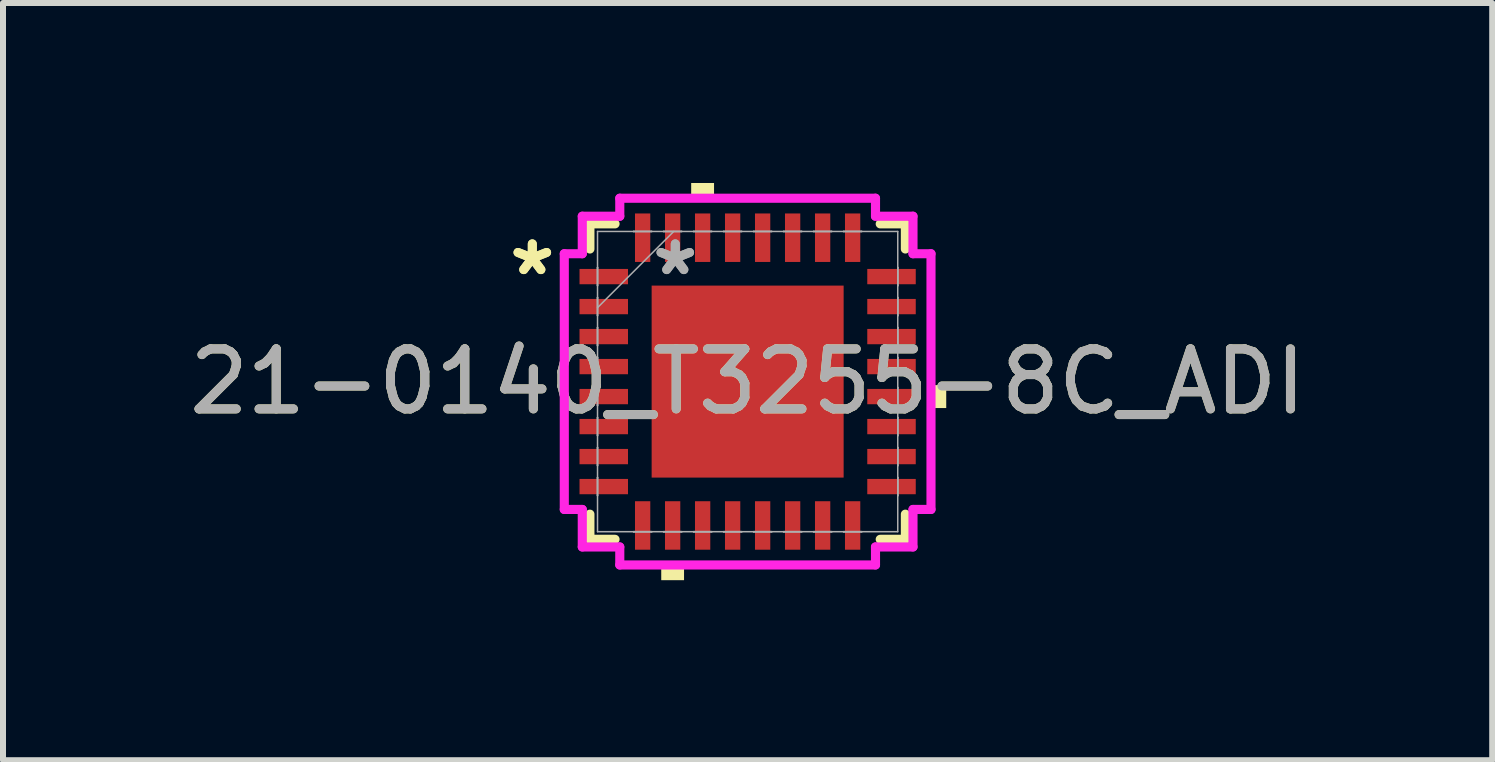
<source format=kicad_pcb>
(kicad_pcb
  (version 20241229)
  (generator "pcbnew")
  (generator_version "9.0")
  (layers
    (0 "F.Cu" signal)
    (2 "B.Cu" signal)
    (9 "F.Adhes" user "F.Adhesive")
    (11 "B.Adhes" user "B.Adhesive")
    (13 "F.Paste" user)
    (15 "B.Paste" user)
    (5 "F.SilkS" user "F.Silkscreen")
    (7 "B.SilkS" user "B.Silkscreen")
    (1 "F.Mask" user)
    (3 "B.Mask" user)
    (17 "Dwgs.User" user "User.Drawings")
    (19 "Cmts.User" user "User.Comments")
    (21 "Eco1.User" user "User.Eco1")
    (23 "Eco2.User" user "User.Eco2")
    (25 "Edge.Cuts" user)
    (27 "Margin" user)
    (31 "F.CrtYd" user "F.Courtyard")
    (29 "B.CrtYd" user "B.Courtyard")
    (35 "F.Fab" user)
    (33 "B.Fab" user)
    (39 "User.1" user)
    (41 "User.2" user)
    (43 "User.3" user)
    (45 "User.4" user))
  (footprint "21-0140_T3255-8C_ADI"
    (layer "F.Cu")
    (at 9.411 3.31)
    (property "Reference" "21-0140_T3255-8C_ADI" (at 0 0 0) (unlocked yes) (layer "F.SilkS") (effects (font (size 1 1) (thickness 0.15))))
    (attr smd)
    (fp_line (start -2.629 -2.629) (end -2.629 -2.21) (stroke (width 0.152) (type solid)) (layer "F.SilkS"))
    (fp_line (start -2.629 2.21) (end -2.629 2.629) (stroke (width 0.152) (type solid)) (layer "F.SilkS"))
    (fp_line (start -2.629 2.629) (end -2.21 2.629) (stroke (width 0.152) (type solid)) (layer "F.SilkS"))
    (fp_line (start -2.21 -2.629) (end -2.629 -2.629) (stroke (width 0.152) (type solid)) (layer "F.SilkS"))
    (fp_line (start 2.21 2.629) (end 2.629 2.629) (stroke (width 0.152) (type solid)) (layer "F.SilkS"))
    (fp_line (start 2.629 -2.629) (end 2.21 -2.629) (stroke (width 0.152) (type solid)) (layer "F.SilkS"))
    (fp_line (start 2.629 -2.21) (end 2.629 -2.629) (stroke (width 0.152) (type solid)) (layer "F.SilkS"))
    (fp_line (start 2.629 2.629) (end 2.629 2.21) (stroke (width 0.152) (type solid)) (layer "F.SilkS"))
    (fp_poly (pts (xy -1.44 3.056) (xy -1.44 3.31) (xy -1.06 3.31) (xy -1.06 3.056)) (stroke (width 0) (type solid)) (fill yes) (layer "F.SilkS"))
    (fp_poly (pts (xy -0.941 -3.056) (xy -0.941 -3.31) (xy -0.56 -3.31) (xy -0.56 -3.056)) (stroke (width 0) (type solid)) (fill yes) (layer "F.SilkS"))
    (fp_poly (pts (xy 3.31 0.059) (xy 3.31 0.441) (xy 3.056 0.441) (xy 3.056 0.059)) (stroke (width 0) (type solid)) (fill yes) (layer "F.SilkS"))
    (fp_line (start -3.056 -2.131) (end -2.756 -2.131) (stroke (width 0.152) (type solid)) (layer "F.CrtYd"))
    (fp_line (start -3.056 2.131) (end -3.056 -2.131) (stroke (width 0.152) (type solid)) (layer "F.CrtYd"))
    (fp_line (start -2.756 -2.756) (end -2.131 -2.756) (stroke (width 0.152) (type solid)) (layer "F.CrtYd"))
    (fp_line (start -2.756 -2.131) (end -2.756 -2.756) (stroke (width 0.152) (type solid)) (layer "F.CrtYd"))
    (fp_line (start -2.756 2.131) (end -3.056 2.131) (stroke (width 0.152) (type solid)) (layer "F.CrtYd"))
    (fp_line (start -2.756 2.756) (end -2.756 2.131) (stroke (width 0.152) (type solid)) (layer "F.CrtYd"))
    (fp_line (start -2.131 -3.056) (end 2.131 -3.056) (stroke (width 0.152) (type solid)) (layer "F.CrtYd"))
    (fp_line (start -2.131 -2.756) (end -2.131 -3.056) (stroke (width 0.152) (type solid)) (layer "F.CrtYd"))
    (fp_line (start -2.131 2.756) (end -2.756 2.756) (stroke (width 0.152) (type solid)) (layer "F.CrtYd"))
    (fp_line (start -2.131 3.056) (end -2.131 2.756) (stroke (width 0.152) (type solid)) (layer "F.CrtYd"))
    (fp_line (start 2.131 -3.056) (end 2.131 -2.756) (stroke (width 0.152) (type solid)) (layer "F.CrtYd"))
    (fp_line (start 2.131 -2.756) (end 2.756 -2.756) (stroke (width 0.152) (type solid)) (layer "F.CrtYd"))
    (fp_line (start 2.131 2.756) (end 2.131 3.056) (stroke (width 0.152) (type solid)) (layer "F.CrtYd"))
    (fp_line (start 2.131 3.056) (end -2.131 3.056) (stroke (width 0.152) (type solid)) (layer "F.CrtYd"))
    (fp_line (start 2.756 -2.756) (end 2.756 -2.131) (stroke (width 0.152) (type solid)) (layer "F.CrtYd"))
    (fp_line (start 2.756 -2.131) (end 3.056 -2.131) (stroke (width 0.152) (type solid)) (layer "F.CrtYd"))
    (fp_line (start 2.756 2.131) (end 2.756 2.756) (stroke (width 0.152) (type solid)) (layer "F.CrtYd"))
    (fp_line (start 2.756 2.756) (end 2.131 2.756) (stroke (width 0.152) (type solid)) (layer "F.CrtYd"))
    (fp_line (start 3.056 -2.131) (end 3.056 2.131) (stroke (width 0.152) (type solid)) (layer "F.CrtYd"))
    (fp_line (start 3.056 2.131) (end 2.756 2.131) (stroke (width 0.152) (type solid)) (layer "F.CrtYd"))
    (fp_line (start -2.502 -2.502) (end -2.502 2.502) (stroke (width 0.025) (type solid)) (layer "F.Fab"))
    (fp_line (start -2.502 -1.902) (end -2.502 -1.902) (stroke (width 0.025) (type solid)) (layer "F.Fab"))
    (fp_line (start -2.502 -1.902) (end -2.502 -1.598) (stroke (width 0.025) (type solid)) (layer "F.Fab"))
    (fp_line (start -2.502 -1.598) (end -2.502 -1.902) (stroke (width 0.025) (type solid)) (layer "F.Fab"))
    (fp_line (start -2.502 -1.598) (end -2.502 -1.598) (stroke (width 0.025) (type solid)) (layer "F.Fab"))
    (fp_line (start -2.502 -1.402) (end -2.502 -1.402) (stroke (width 0.025) (type solid)) (layer "F.Fab"))
    (fp_line (start -2.502 -1.402) (end -2.502 -1.098) (stroke (width 0.025) (type solid)) (layer "F.Fab"))
    (fp_line (start -2.502 -1.232) (end -1.232 -2.502) (stroke (width 0.025) (type solid)) (layer "F.Fab"))
    (fp_line (start -2.502 -1.098) (end -2.502 -1.402) (stroke (width 0.025) (type solid)) (layer "F.Fab"))
    (fp_line (start -2.502 -1.098) (end -2.502 -1.098) (stroke (width 0.025) (type solid)) (layer "F.Fab"))
    (fp_line (start -2.502 -0.902) (end -2.502 -0.902) (stroke (width 0.025) (type solid)) (layer "F.Fab"))
    (fp_line (start -2.502 -0.902) (end -2.502 -0.598) (stroke (width 0.025) (type solid)) (layer "F.Fab"))
    (fp_line (start -2.502 -0.598) (end -2.502 -0.902) (stroke (width 0.025) (type solid)) (layer "F.Fab"))
    (fp_line (start -2.502 -0.598) (end -2.502 -0.598) (stroke (width 0.025) (type solid)) (layer "F.Fab"))
    (fp_line (start -2.502 -0.402) (end -2.502 -0.402) (stroke (width 0.025) (type solid)) (layer "F.Fab"))
    (fp_line (start -2.502 -0.402) (end -2.502 -0.098) (stroke (width 0.025) (type solid)) (layer "F.Fab"))
    (fp_line (start -2.502 -0.098) (end -2.502 -0.402) (stroke (width 0.025) (type solid)) (layer "F.Fab"))
    (fp_line (start -2.502 -0.098) (end -2.502 -0.098) (stroke (width 0.025) (type solid)) (layer "F.Fab"))
    (fp_line (start -2.502 0.098) (end -2.502 0.098) (stroke (width 0.025) (type solid)) (layer "F.Fab"))
    (fp_line (start -2.502 0.098) (end -2.502 0.402) (stroke (width 0.025) (type solid)) (layer "F.Fab"))
    (fp_line (start -2.502 0.402) (end -2.502 0.098) (stroke (width 0.025) (type solid)) (layer "F.Fab"))
    (fp_line (start -2.502 0.402) (end -2.502 0.402) (stroke (width 0.025) (type solid)) (layer "F.Fab"))
    (fp_line (start -2.502 0.598) (end -2.502 0.598) (stroke (width 0.025) (type solid)) (layer "F.Fab"))
    (fp_line (start -2.502 0.598) (end -2.502 0.902) (stroke (width 0.025) (type solid)) (layer "F.Fab"))
    (fp_line (start -2.502 0.902) (end -2.502 0.598) (stroke (width 0.025) (type solid)) (layer "F.Fab"))
    (fp_line (start -2.502 0.902) (end -2.502 0.902) (stroke (width 0.025) (type solid)) (layer "F.Fab"))
    (fp_line (start -2.502 1.098) (end -2.502 1.098) (stroke (width 0.025) (type solid)) (layer "F.Fab"))
    (fp_line (start -2.502 1.098) (end -2.502 1.402) (stroke (width 0.025) (type solid)) (layer "F.Fab"))
    (fp_line (start -2.502 1.402) (end -2.502 1.098) (stroke (width 0.025) (type solid)) (layer "F.Fab"))
    (fp_line (start -2.502 1.402) (end -2.502 1.402) (stroke (width 0.025) (type solid)) (layer "F.Fab"))
    (fp_line (start -2.502 1.598) (end -2.502 1.598) (stroke (width 0.025) (type solid)) (layer "F.Fab"))
    (fp_line (start -2.502 1.598) (end -2.502 1.902) (stroke (width 0.025) (type solid)) (layer "F.Fab"))
    (fp_line (start -2.502 1.902) (end -2.502 1.598) (stroke (width 0.025) (type solid)) (layer "F.Fab"))
    (fp_line (start -2.502 1.902) (end -2.502 1.902) (stroke (width 0.025) (type solid)) (layer "F.Fab"))
    (fp_line (start -2.502 2.502) (end 2.502 2.502) (stroke (width 0.025) (type solid)) (layer "F.Fab"))
    (fp_line (start -1.902 -2.502) (end -1.902 -2.502) (stroke (width 0.025) (type solid)) (layer "F.Fab"))
    (fp_line (start -1.902 -2.502) (end -1.598 -2.502) (stroke (width 0.025) (type solid)) (layer "F.Fab"))
    (fp_line (start -1.902 2.502) (end -1.902 2.502) (stroke (width 0.025) (type solid)) (layer "F.Fab"))
    (fp_line (start -1.902 2.502) (end -1.598 2.502) (stroke (width 0.025) (type solid)) (layer "F.Fab"))
    (fp_line (start -1.598 -2.502) (end -1.902 -2.502) (stroke (width 0.025) (type solid)) (layer "F.Fab"))
    (fp_line (start -1.598 -2.502) (end -1.598 -2.502) (stroke (width 0.025) (type solid)) (layer "F.Fab"))
    (fp_line (start -1.598 2.502) (end -1.902 2.502) (stroke (width 0.025) (type solid)) (layer "F.Fab"))
    (fp_line (start -1.598 2.502) (end -1.598 2.502) (stroke (width 0.025) (type solid)) (layer "F.Fab"))
    (fp_line (start -1.402 -2.502) (end -1.402 -2.502) (stroke (width 0.025) (type solid)) (layer "F.Fab"))
    (fp_line (start -1.402 -2.502) (end -1.098 -2.502) (stroke (width 0.025) (type solid)) (layer "F.Fab"))
    (fp_line (start -1.402 2.502) (end -1.402 2.502) (stroke (width 0.025) (type solid)) (layer "F.Fab"))
    (fp_line (start -1.402 2.502) (end -1.098 2.502) (stroke (width 0.025) (type solid)) (layer "F.Fab"))
    (fp_line (start -1.098 -2.502) (end -1.402 -2.502) (stroke (width 0.025) (type solid)) (layer "F.Fab"))
    (fp_line (start -1.098 -2.502) (end -1.098 -2.502) (stroke (width 0.025) (type solid)) (layer "F.Fab"))
    (fp_line (start -1.098 2.502) (end -1.402 2.502) (stroke (width 0.025) (type solid)) (layer "F.Fab"))
    (fp_line (start -1.098 2.502) (end -1.098 2.502) (stroke (width 0.025) (type solid)) (layer "F.Fab"))
    (fp_line (start -0.902 -2.502) (end -0.902 -2.502) (stroke (width 0.025) (type solid)) (layer "F.Fab"))
    (fp_line (start -0.902 -2.502) (end -0.598 -2.502) (stroke (width 0.025) (type solid)) (layer "F.Fab"))
    (fp_line (start -0.902 2.502) (end -0.902 2.502) (stroke (width 0.025) (type solid)) (layer "F.Fab"))
    (fp_line (start -0.902 2.502) (end -0.598 2.502) (stroke (width 0.025) (type solid)) (layer "F.Fab"))
    (fp_line (start -0.598 -2.502) (end -0.902 -2.502) (stroke (width 0.025) (type solid)) (layer "F.Fab"))
    (fp_line (start -0.598 -2.502) (end -0.598 -2.502) (stroke (width 0.025) (type solid)) (layer "F.Fab"))
    (fp_line (start -0.598 2.502) (end -0.902 2.502) (stroke (width 0.025) (type solid)) (layer "F.Fab"))
    (fp_line (start -0.598 2.502) (end -0.598 2.502) (stroke (width 0.025) (type solid)) (layer "F.Fab"))
    (fp_line (start -0.402 -2.502) (end -0.402 -2.502) (stroke (width 0.025) (type solid)) (layer "F.Fab"))
    (fp_line (start -0.402 -2.502) (end -0.098 -2.502) (stroke (width 0.025) (type solid)) (layer "F.Fab"))
    (fp_line (start -0.402 2.502) (end -0.402 2.502) (stroke (width 0.025) (type solid)) (layer "F.Fab"))
    (fp_line (start -0.402 2.502) (end -0.098 2.502) (stroke (width 0.025) (type solid)) (layer "F.Fab"))
    (fp_line (start -0.098 -2.502) (end -0.402 -2.502) (stroke (width 0.025) (type solid)) (layer "F.Fab"))
    (fp_line (start -0.098 -2.502) (end -0.098 -2.502) (stroke (width 0.025) (type solid)) (layer "F.Fab"))
    (fp_line (start -0.098 2.502) (end -0.402 2.502) (stroke (width 0.025) (type solid)) (layer "F.Fab"))
    (fp_line (start -0.098 2.502) (end -0.098 2.502) (stroke (width 0.025) (type solid)) (layer "F.Fab"))
    (fp_line (start 0.098 -2.502) (end 0.098 -2.502) (stroke (width 0.025) (type solid)) (layer "F.Fab"))
    (fp_line (start 0.098 -2.502) (end 0.402 -2.502) (stroke (width 0.025) (type solid)) (layer "F.Fab"))
    (fp_line (start 0.098 2.502) (end 0.098 2.502) (stroke (width 0.025) (type solid)) (layer "F.Fab"))
    (fp_line (start 0.098 2.502) (end 0.402 2.502) (stroke (width 0.025) (type solid)) (layer "F.Fab"))
    (fp_line (start 0.402 -2.502) (end 0.098 -2.502) (stroke (width 0.025) (type solid)) (layer "F.Fab"))
    (fp_line (start 0.402 -2.502) (end 0.402 -2.502) (stroke (width 0.025) (type solid)) (layer "F.Fab"))
    (fp_line (start 0.402 2.502) (end 0.098 2.502) (stroke (width 0.025) (type solid)) (layer "F.Fab"))
    (fp_line (start 0.402 2.502) (end 0.402 2.502) (stroke (width 0.025) (type solid)) (layer "F.Fab"))
    (fp_line (start 0.598 -2.502) (end 0.598 -2.502) (stroke (width 0.025) (type solid)) (layer "F.Fab"))
    (fp_line (start 0.598 -2.502) (end 0.902 -2.502) (stroke (width 0.025) (type solid)) (layer "F.Fab"))
    (fp_line (start 0.598 2.502) (end 0.598 2.502) (stroke (width 0.025) (type solid)) (layer "F.Fab"))
    (fp_line (start 0.598 2.502) (end 0.902 2.502) (stroke (width 0.025) (type solid)) (layer "F.Fab"))
    (fp_line (start 0.902 -2.502) (end 0.598 -2.502) (stroke (width 0.025) (type solid)) (layer "F.Fab"))
    (fp_line (start 0.902 -2.502) (end 0.902 -2.502) (stroke (width 0.025) (type solid)) (layer "F.Fab"))
    (fp_line (start 0.902 2.502) (end 0.598 2.502) (stroke (width 0.025) (type solid)) (layer "F.Fab"))
    (fp_line (start 0.902 2.502) (end 0.902 2.502) (stroke (width 0.025) (type solid)) (layer "F.Fab"))
    (fp_line (start 1.098 -2.502) (end 1.098 -2.502) (stroke (width 0.025) (type solid)) (layer "F.Fab"))
    (fp_line (start 1.098 -2.502) (end 1.402 -2.502) (stroke (width 0.025) (type solid)) (layer "F.Fab"))
    (fp_line (start 1.098 2.502) (end 1.098 2.502) (stroke (width 0.025) (type solid)) (layer "F.Fab"))
    (fp_line (start 1.098 2.502) (end 1.402 2.502) (stroke (width 0.025) (type solid)) (layer "F.Fab"))
    (fp_line (start 1.402 -2.502) (end 1.098 -2.502) (stroke (width 0.025) (type solid)) (layer "F.Fab"))
    (fp_line (start 1.402 -2.502) (end 1.402 -2.502) (stroke (width 0.025) (type solid)) (layer "F.Fab"))
    (fp_line (start 1.402 2.502) (end 1.098 2.502) (stroke (width 0.025) (type solid)) (layer "F.Fab"))
    (fp_line (start 1.402 2.502) (end 1.402 2.502) (stroke (width 0.025) (type solid)) (layer "F.Fab"))
    (fp_line (start 1.598 -2.502) (end 1.598 -2.502) (stroke (width 0.025) (type solid)) (layer "F.Fab"))
    (fp_line (start 1.598 -2.502) (end 1.902 -2.502) (stroke (width 0.025) (type solid)) (layer "F.Fab"))
    (fp_line (start 1.598 2.502) (end 1.598 2.502) (stroke (width 0.025) (type solid)) (layer "F.Fab"))
    (fp_line (start 1.598 2.502) (end 1.902 2.502) (stroke (width 0.025) (type solid)) (layer "F.Fab"))
    (fp_line (start 1.902 -2.502) (end 1.598 -2.502) (stroke (width 0.025) (type solid)) (layer "F.Fab"))
    (fp_line (start 1.902 -2.502) (end 1.902 -2.502) (stroke (width 0.025) (type solid)) (layer "F.Fab"))
    (fp_line (start 1.902 2.502) (end 1.598 2.502) (stroke (width 0.025) (type solid)) (layer "F.Fab"))
    (fp_line (start 1.902 2.502) (end 1.902 2.502) (stroke (width 0.025) (type solid)) (layer "F.Fab"))
    (fp_line (start 2.502 -2.502) (end -2.502 -2.502) (stroke (width 0.025) (type solid)) (layer "F.Fab"))
    (fp_line (start 2.502 -1.902) (end 2.502 -1.902) (stroke (width 0.025) (type solid)) (layer "F.Fab"))
    (fp_line (start 2.502 -1.902) (end 2.502 -1.598) (stroke (width 0.025) (type solid)) (layer "F.Fab"))
    (fp_line (start 2.502 -1.598) (end 2.502 -1.902) (stroke (width 0.025) (type solid)) (layer "F.Fab"))
    (fp_line (start 2.502 -1.598) (end 2.502 -1.598) (stroke (width 0.025) (type solid)) (layer "F.Fab"))
    (fp_line (start 2.502 -1.402) (end 2.502 -1.402) (stroke (width 0.025) (type solid)) (layer "F.Fab"))
    (fp_line (start 2.502 -1.402) (end 2.502 -1.098) (stroke (width 0.025) (type solid)) (layer "F.Fab"))
    (fp_line (start 2.502 -1.098) (end 2.502 -1.402) (stroke (width 0.025) (type solid)) (layer "F.Fab"))
    (fp_line (start 2.502 -1.098) (end 2.502 -1.098) (stroke (width 0.025) (type solid)) (layer "F.Fab"))
    (fp_line (start 2.502 -0.902) (end 2.502 -0.902) (stroke (width 0.025) (type solid)) (layer "F.Fab"))
    (fp_line (start 2.502 -0.902) (end 2.502 -0.598) (stroke (width 0.025) (type solid)) (layer "F.Fab"))
    (fp_line (start 2.502 -0.598) (end 2.502 -0.902) (stroke (width 0.025) (type solid)) (layer "F.Fab"))
    (fp_line (start 2.502 -0.598) (end 2.502 -0.598) (stroke (width 0.025) (type solid)) (layer "F.Fab"))
    (fp_line (start 2.502 -0.402) (end 2.502 -0.402) (stroke (width 0.025) (type solid)) (layer "F.Fab"))
    (fp_line (start 2.502 -0.402) (end 2.502 -0.098) (stroke (width 0.025) (type solid)) (layer "F.Fab"))
    (fp_line (start 2.502 -0.098) (end 2.502 -0.402) (stroke (width 0.025) (type solid)) (layer "F.Fab"))
    (fp_line (start 2.502 -0.098) (end 2.502 -0.098) (stroke (width 0.025) (type solid)) (layer "F.Fab"))
    (fp_line (start 2.502 0.098) (end 2.502 0.098) (stroke (width 0.025) (type solid)) (layer "F.Fab"))
    (fp_line (start 2.502 0.098) (end 2.502 0.402) (stroke (width 0.025) (type solid)) (layer "F.Fab"))
    (fp_line (start 2.502 0.402) (end 2.502 0.098) (stroke (width 0.025) (type solid)) (layer "F.Fab"))
    (fp_line (start 2.502 0.402) (end 2.502 0.402) (stroke (width 0.025) (type solid)) (layer "F.Fab"))
    (fp_line (start 2.502 0.598) (end 2.502 0.598) (stroke (width 0.025) (type solid)) (layer "F.Fab"))
    (fp_line (start 2.502 0.598) (end 2.502 0.902) (stroke (width 0.025) (type solid)) (layer "F.Fab"))
    (fp_line (start 2.502 0.902) (end 2.502 0.598) (stroke (width 0.025) (type solid)) (layer "F.Fab"))
    (fp_line (start 2.502 0.902) (end 2.502 0.902) (stroke (width 0.025) (type solid)) (layer "F.Fab"))
    (fp_line (start 2.502 1.098) (end 2.502 1.098) (stroke (width 0.025) (type solid)) (layer "F.Fab"))
    (fp_line (start 2.502 1.098) (end 2.502 1.402) (stroke (width 0.025) (type solid)) (layer "F.Fab"))
    (fp_line (start 2.502 1.402) (end 2.502 1.098) (stroke (width 0.025) (type solid)) (layer "F.Fab"))
    (fp_line (start 2.502 1.402) (end 2.502 1.402) (stroke (width 0.025) (type solid)) (layer "F.Fab"))
    (fp_line (start 2.502 1.598) (end 2.502 1.598) (stroke (width 0.025) (type solid)) (layer "F.Fab"))
    (fp_line (start 2.502 1.598) (end 2.502 1.902) (stroke (width 0.025) (type solid)) (layer "F.Fab"))
    (fp_line (start 2.502 1.902) (end 2.502 1.598) (stroke (width 0.025) (type solid)) (layer "F.Fab"))
    (fp_line (start 2.502 1.902) (end 2.502 1.902) (stroke (width 0.025) (type solid)) (layer "F.Fab"))
    (fp_line (start 2.502 2.502) (end 2.502 -2.502) (stroke (width 0.025) (type solid)) (layer "F.Fab"))
    (fp_text user "*" (at -3.589 -1.75 0) (layer "F.SilkS") (effects (font (size 1 1) (thickness 0.15))))
    (fp_text user "*" (at -3.589 -1.75 0) (unlocked yes) (layer "F.SilkS") (effects (font (size 1 1) (thickness 0.15))))
    (fp_text user "*" (at -1.206 -1.75 0) (unlocked yes) (layer "F.Fab") (effects (font (size 1 1) (thickness 0.15))))
    (fp_text user "*" (at -1.206 -1.75 0) (layer "F.Fab") (effects (font (size 1 1) (thickness 0.15))))
    (fp_text user "${REFERENCE}" (at 0 0 0) (unlocked yes) (layer "F.Fab") (effects (font (size 1 1) (thickness 0.15))))
    (pad "1" smd rect (at -2.398 -1.75 90) (size 0.255 0.808) (layers "F.Cu" "F.Mask" "F.Paste"))
    (pad "2" smd rect (at -2.398 -1.25 90) (size 0.255 0.808) (layers "F.Cu" "F.Mask" "F.Paste"))
    (pad "3" smd rect (at -2.398 -0.75 90) (size 0.255 0.808) (layers "F.Cu" "F.Mask" "F.Paste"))
    (pad "4" smd rect (at -2.398 -0.25 90) (size 0.255 0.808) (layers "F.Cu" "F.Mask" "F.Paste"))
    (pad "5" smd rect (at -2.398 0.25 90) (size 0.255 0.808) (layers "F.Cu" "F.Mask" "F.Paste"))
    (pad "6" smd rect (at -2.398 0.75 90) (size 0.255 0.808) (layers "F.Cu" "F.Mask" "F.Paste"))
    (pad "7" smd rect (at -2.398 1.25 90) (size 0.255 0.808) (layers "F.Cu" "F.Mask" "F.Paste"))
    (pad "8" smd rect (at -2.398 1.75 90) (size 0.255 0.808) (layers "F.Cu" "F.Mask" "F.Paste"))
    (pad "9" smd rect (at -1.75 2.398) (size 0.255 0.808) (layers "F.Cu" "F.Mask" "F.Paste"))
    (pad "10" smd rect (at -1.25 2.398) (size 0.255 0.808) (layers "F.Cu" "F.Mask" "F.Paste"))
    (pad "11" smd rect (at -0.75 2.398) (size 0.255 0.808) (layers "F.Cu" "F.Mask" "F.Paste"))
    (pad "12" smd rect (at -0.25 2.398) (size 0.255 0.808) (layers "F.Cu" "F.Mask" "F.Paste"))
    (pad "13" smd rect (at 0.25 2.398) (size 0.255 0.808) (layers "F.Cu" "F.Mask" "F.Paste"))
    (pad "14" smd rect (at 0.75 2.398) (size 0.255 0.808) (layers "F.Cu" "F.Mask" "F.Paste"))
    (pad "15" smd rect (at 1.25 2.398) (size 0.255 0.808) (layers "F.Cu" "F.Mask" "F.Paste"))
    (pad "16" smd rect (at 1.75 2.398) (size 0.255 0.808) (layers "F.Cu" "F.Mask" "F.Paste"))
    (pad "17" smd rect (at 2.398 1.75 90) (size 0.255 0.808) (layers "F.Cu" "F.Mask" "F.Paste"))
    (pad "18" smd rect (at 2.398 1.25 90) (size 0.255 0.808) (layers "F.Cu" "F.Mask" "F.Paste"))
    (pad "19" smd rect (at 2.398 0.75 90) (size 0.255 0.808) (layers "F.Cu" "F.Mask" "F.Paste"))
    (pad "20" smd rect (at 2.398 0.25 90) (size 0.255 0.808) (layers "F.Cu" "F.Mask" "F.Paste"))
    (pad "21" smd rect (at 2.398 -0.25 90) (size 0.255 0.808) (layers "F.Cu" "F.Mask" "F.Paste"))
    (pad "22" smd rect (at 2.398 -0.75 90) (size 0.255 0.808) (layers "F.Cu" "F.Mask" "F.Paste"))
    (pad "23" smd rect (at 2.398 -1.25 90) (size 0.255 0.808) (layers "F.Cu" "F.Mask" "F.Paste"))
    (pad "24" smd rect (at 2.398 -1.75 90) (size 0.255 0.808) (layers "F.Cu" "F.Mask" "F.Paste"))
    (pad "25" smd rect (at 1.75 -2.398) (size 0.255 0.808) (layers "F.Cu" "F.Mask" "F.Paste"))
    (pad "26" smd rect (at 1.25 -2.398) (size 0.255 0.808) (layers "F.Cu" "F.Mask" "F.Paste"))
    (pad "27" smd rect (at 0.75 -2.398) (size 0.255 0.808) (layers "F.Cu" "F.Mask" "F.Paste"))
    (pad "28" smd rect (at 0.25 -2.398) (size 0.255 0.808) (layers "F.Cu" "F.Mask" "F.Paste"))
    (pad "29" smd rect (at -0.25 -2.398) (size 0.255 0.808) (layers "F.Cu" "F.Mask" "F.Paste"))
    (pad "30" smd rect (at -0.75 -2.398) (size 0.255 0.808) (layers "F.Cu" "F.Mask" "F.Paste"))
    (pad "31" smd rect (at -1.25 -2.398) (size 0.255 0.808) (layers "F.Cu" "F.Mask" "F.Paste"))
    (pad "32" smd rect (at -1.75 -2.398) (size 0.255 0.808) (layers "F.Cu" "F.Mask" "F.Paste"))
    (pad "33" smd rect (at 0 0) (size 3.2 3.2) (layers "F.Cu" "F.Mask" "F.Paste")))
  (gr_rect
    (start -3 -3)
    (end 21.821 9.62)
    (stroke (width 0.1) (type default))
    (fill no)
    (layer "Edge.Cuts")))
</source>
